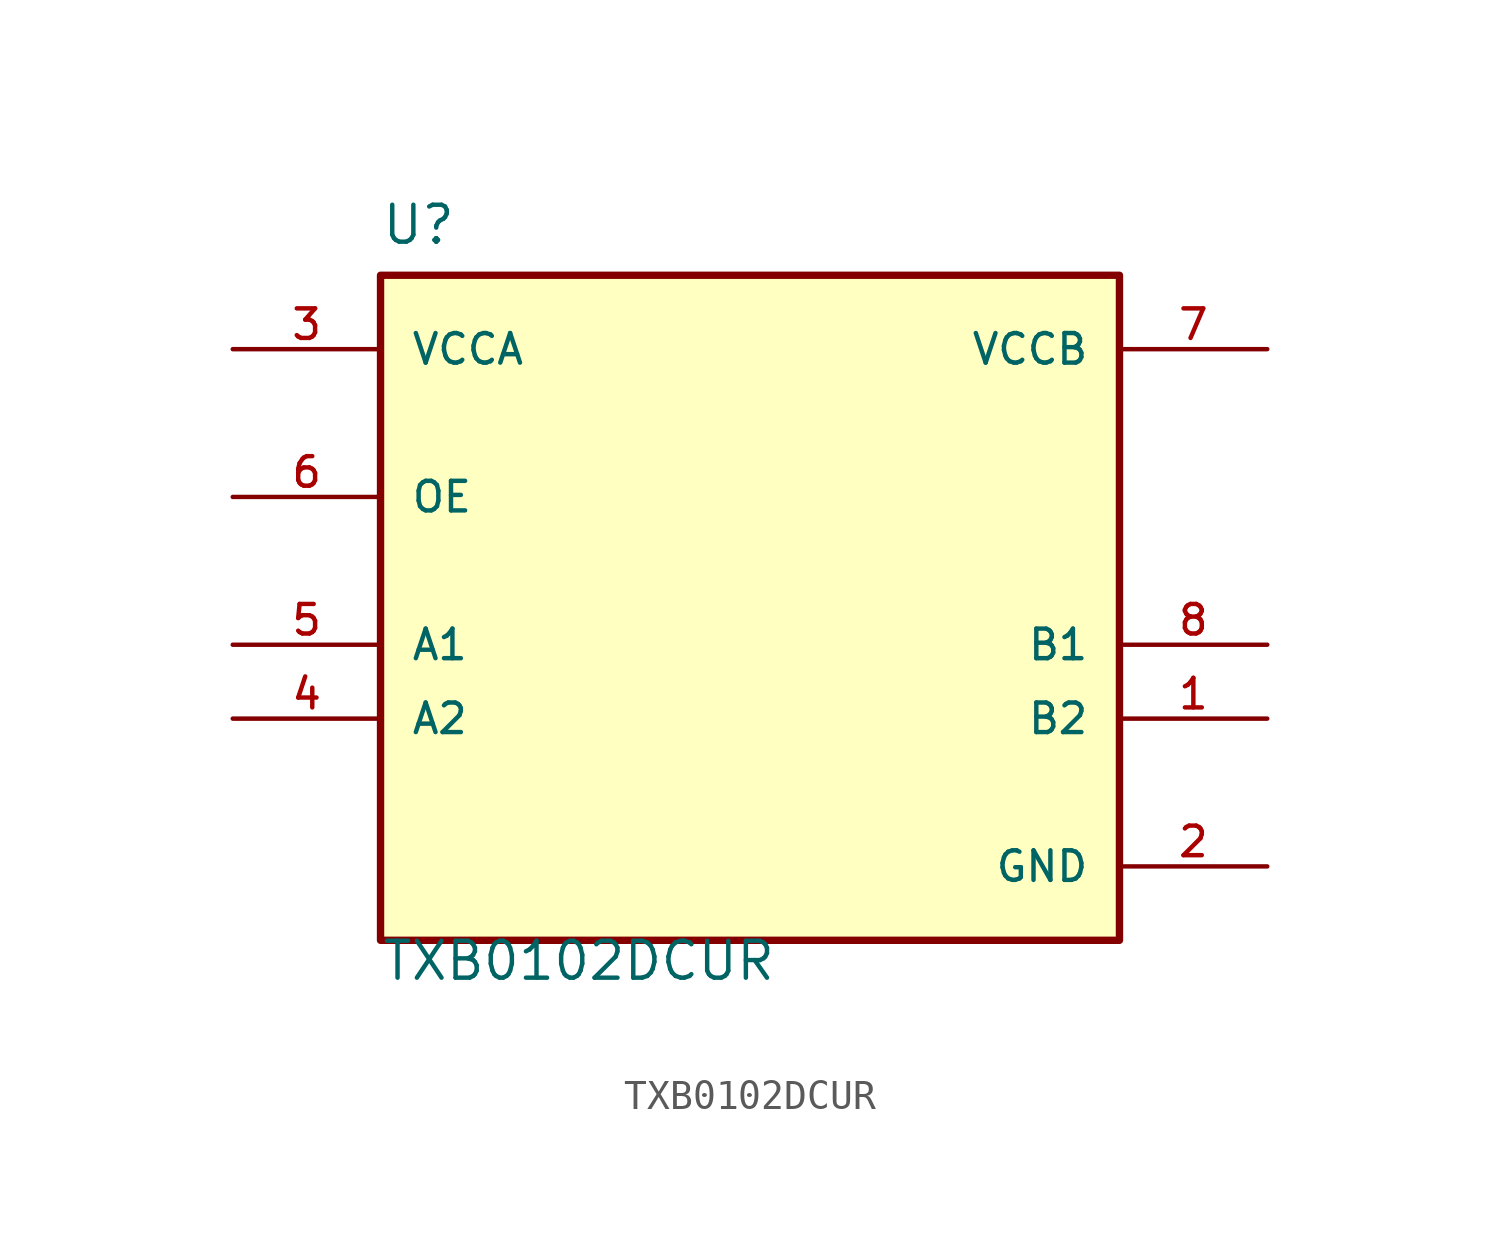
<source format=kicad_sym>
(kicad_symbol_lib
  (version 20211014)
  (generator kicad_symbol_editor)
  (symbol "TXB0102DCUR"
    (pin_names
      (offset 1.016))
    (property "Reference" "U"
      (at -12.7 13.691 0)
      (effects (font (size 1.27 1.27)) (justify left bottom)))
    (property "Value" "TXB0102DCUR"
      (at -12.7 -11.608 0)
      (effects (font (size 1.27 1.27)) (justify left bottom)))
    (property "ki_locked" ""
      (at 0 0 0)
      (effects (font (size 1.27 1.27))))
    (symbol "TXB0102DCUR_0_0"
      (rectangle (start -12.7 -10.16) (end 12.7 12.7) (stroke (width 0.254) (type default) (color 0 0 0 0)) (fill (type background)))
      (pin bidirectional line (at 17.78 -2.54 180) (length 5.08) (name "B2" (effects (font (size 1.016 1.016)))) (number "1" (effects (font (size 1.016 1.016)))))
      (pin power_in line (at 17.78 -7.62 180) (length 5.08) (name "GND" (effects (font (size 1.016 1.016)))) (number "2" (effects (font (size 1.016 1.016)))))
      (pin power_in line (at -17.78 10.16 0) (length 5.08) (name "VCCA" (effects (font (size 1.016 1.016)))) (number "3" (effects (font (size 1.016 1.016)))))
      (pin bidirectional line (at -17.78 -2.54 0) (length 5.08) (name "A2" (effects (font (size 1.016 1.016)))) (number "4" (effects (font (size 1.016 1.016)))))
      (pin bidirectional line (at -17.78 0 0) (length 5.08) (name "A1" (effects (font (size 1.016 1.016)))) (number "5" (effects (font (size 1.016 1.016)))))
      (pin input line (at -17.78 5.08 0) (length 5.08) (name "OE" (effects (font (size 1.016 1.016)))) (number "6" (effects (font (size 1.016 1.016)))))
      (pin power_in line (at 17.78 10.16 180) (length 5.08) (name "VCCB" (effects (font (size 1.016 1.016)))) (number "7" (effects (font (size 1.016 1.016)))))
      (pin bidirectional line (at 17.78 0 180) (length 5.08) (name "B1" (effects (font (size 1.016 1.016)))) (number "8" (effects (font (size 1.016 1.016))))))))
</source>
